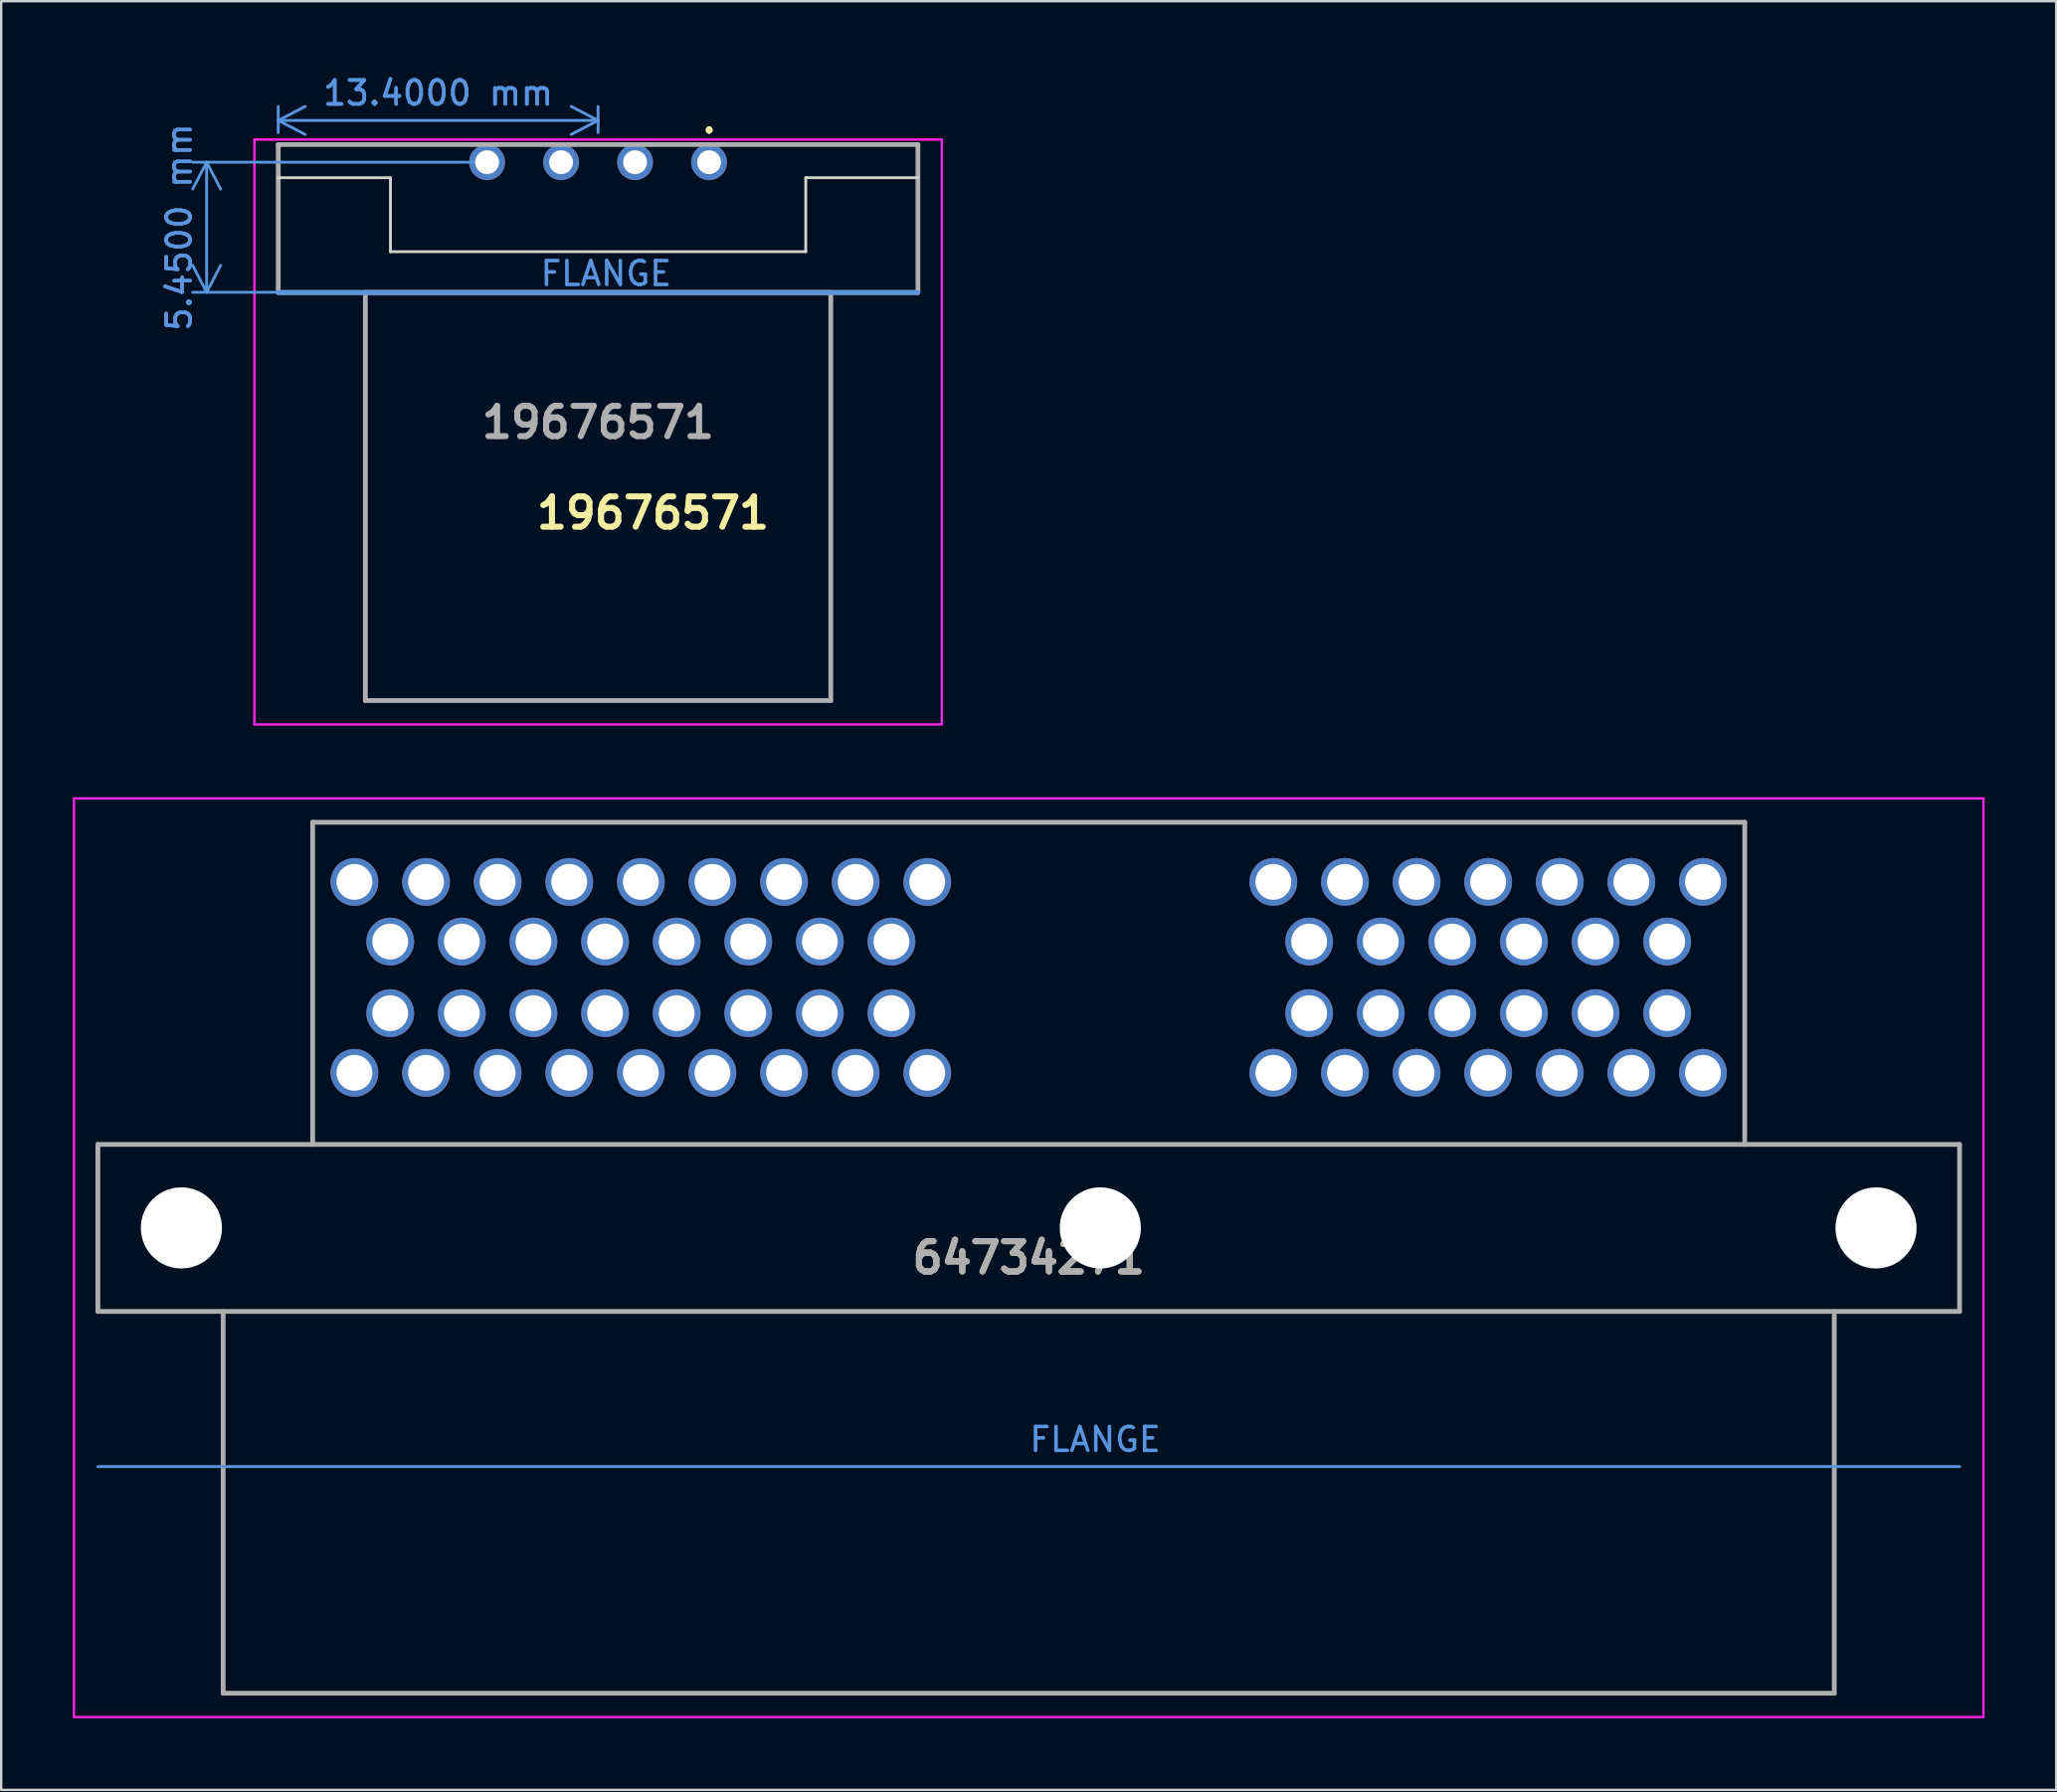
<source format=kicad_pcb>
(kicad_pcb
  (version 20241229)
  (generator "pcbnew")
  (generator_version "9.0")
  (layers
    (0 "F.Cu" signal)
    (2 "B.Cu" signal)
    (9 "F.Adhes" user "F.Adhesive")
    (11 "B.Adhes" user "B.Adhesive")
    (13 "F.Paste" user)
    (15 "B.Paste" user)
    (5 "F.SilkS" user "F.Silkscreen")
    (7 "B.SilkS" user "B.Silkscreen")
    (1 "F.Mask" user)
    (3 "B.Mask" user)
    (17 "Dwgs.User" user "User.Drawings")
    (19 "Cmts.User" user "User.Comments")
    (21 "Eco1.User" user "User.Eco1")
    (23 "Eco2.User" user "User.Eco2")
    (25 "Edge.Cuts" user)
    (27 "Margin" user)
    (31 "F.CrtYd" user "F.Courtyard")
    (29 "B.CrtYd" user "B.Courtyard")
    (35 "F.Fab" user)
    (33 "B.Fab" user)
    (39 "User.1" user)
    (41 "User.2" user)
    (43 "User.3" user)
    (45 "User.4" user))
  (footprint "64734271"
    (layer "F.Cu")
    (at 11.8 33.908)
    (property "Reference" "64734271" (at 28.25 15.75 0) (layer "F.SilkS") (effects (font (size 1.27 1.27) (thickness 0.254))))
    (attr through_hole)
    (fp_line (start -10.75 11) (end -1.75 11) (stroke (width 0.1) (type solid)) (layer "F.SilkS"))
    (fp_line (start -10.75 18) (end -10.75 11) (stroke (width 0.1) (type solid)) (layer "F.SilkS"))
    (fp_line (start -1.75 -2.5) (end 58.25 -2.5) (stroke (width 0.1) (type solid)) (layer "F.SilkS"))
    (fp_line (start -1.75 11) (end -1.75 -2.5) (stroke (width 0.1) (type solid)) (layer "F.SilkS"))
    (fp_line (start 58.25 -2.5) (end 58.25 11) (stroke (width 0.1) (type solid)) (layer "F.SilkS"))
    (fp_line (start 58.25 11) (end 67.25 11) (stroke (width 0.1) (type solid)) (layer "F.SilkS"))
    (fp_line (start 67.25 11) (end 67.25 18) (stroke (width 0.1) (type solid)) (layer "F.SilkS"))
    (fp_line (start 67.25 18) (end -10.75 18) (stroke (width 0.1) (type solid)) (layer "F.SilkS"))
    (fp_line (start 67.25 24.5) (end -10.75 24.5) (stroke (width 0.12) (type default)) (layer "Cmts.User"))
    (fp_line (start -11.75 -3.5) (end 68.25 -3.5) (stroke (width 0.1) (type solid)) (layer "F.CrtYd"))
    (fp_line (start -11.75 35) (end -11.75 -3.5) (stroke (width 0.1) (type solid)) (layer "F.CrtYd"))
    (fp_line (start 68.25 -3.5) (end 68.25 35) (stroke (width 0.1) (type solid)) (layer "F.CrtYd"))
    (fp_line (start 68.25 35) (end -11.75 35) (stroke (width 0.1) (type solid)) (layer "F.CrtYd"))
    (fp_line (start -10.75 11) (end -10.75 18) (stroke (width 0.2) (type solid)) (layer "F.Fab"))
    (fp_line (start -10.75 18) (end 67.25 18) (stroke (width 0.2) (type solid)) (layer "F.Fab"))
    (fp_line (start -5.5 18) (end -5.5 34) (stroke (width 0.2) (type solid)) (layer "F.Fab"))
    (fp_line (start -5.5 34) (end 62 34) (stroke (width 0.2) (type solid)) (layer "F.Fab"))
    (fp_line (start -1.75 -2.5) (end 58.25 -2.5) (stroke (width 0.2) (type solid)) (layer "F.Fab"))
    (fp_line (start -1.75 11) (end -10.75 11) (stroke (width 0.2) (type solid)) (layer "F.Fab"))
    (fp_line (start -1.75 11) (end -1.75 -2.5) (stroke (width 0.2) (type solid)) (layer "F.Fab"))
    (fp_line (start 58.25 -2.5) (end 58.25 11) (stroke (width 0.2) (type solid)) (layer "F.Fab"))
    (fp_line (start 58.25 11) (end -1.75 11) (stroke (width 0.2) (type solid)) (layer "F.Fab"))
    (fp_line (start 62 34) (end 62 18) (stroke (width 0.2) (type solid)) (layer "F.Fab"))
    (fp_line (start 67.25 11) (end 58.25 11) (stroke (width 0.2) (type solid)) (layer "F.Fab"))
    (fp_line (start 67.25 18) (end 67.25 11) (stroke (width 0.2) (type solid)) (layer "F.Fab"))
    (fp_text user "FLANGE" (at 28.2 23.95 0) (unlocked yes) (layer "Cmts.User") (effects (font (size 1 1) (thickness 0.15)) (justify left bottom)))
    (fp_text user "${REFERENCE}" (at 28.25 15.75 0) (layer "F.Fab") (effects (font (size 1.27 1.27) (thickness 0.254))))
    (pad "" np_thru_hole circle (at -7.25 14.5) (size 3.4 3.4) (drill 3.4) (layers "*.Cu" "*.Mask"))
    (pad "" np_thru_hole circle (at 31.25 14.5) (size 3.4 3.4) (drill 3.4) (layers "*.Cu" "*.Mask"))
    (pad "" np_thru_hole circle (at 63.75 14.5) (size 3.4 3.4) (drill 3.4) (layers "*.Cu" "*.Mask"))
    (pad "A1" thru_hole circle (at 24 8) (size 2 2) (drill 1.5) (layers "*.Cu" "*.Mask"))
    (pad "A2" thru_hole circle (at 21 8) (size 2 2) (drill 1.5) (layers "*.Cu" "*.Mask"))
    (pad "A3" thru_hole circle (at 18 8) (size 2 2) (drill 1.5) (layers "*.Cu" "*.Mask"))
    (pad "A4" thru_hole circle (at 15 8) (size 2 2) (drill 1.5) (layers "*.Cu" "*.Mask"))
    (pad "A5" thru_hole circle (at 12 8) (size 2 2) (drill 1.5) (layers "*.Cu" "*.Mask"))
    (pad "A6" thru_hole circle (at 9 8) (size 2 2) (drill 1.5) (layers "*.Cu" "*.Mask"))
    (pad "A7" thru_hole circle (at 6 8) (size 2 2) (drill 1.5) (layers "*.Cu" "*.Mask"))
    (pad "A8" thru_hole circle (at 3 8) (size 2 2) (drill 1.5) (layers "*.Cu" "*.Mask"))
    (pad "A9" thru_hole circle (at 0 8) (size 2 2) (drill 1.5) (layers "*.Cu" "*.Mask"))
    (pad "A10" thru_hole circle (at 22.5 5.5) (size 2 2) (drill 1.5) (layers "*.Cu" "*.Mask"))
    (pad "A11" thru_hole circle (at 19.5 5.5) (size 2 2) (drill 1.5) (layers "*.Cu" "*.Mask"))
    (pad "A12" thru_hole circle (at 16.5 5.5) (size 2 2) (drill 1.5) (layers "*.Cu" "*.Mask"))
    (pad "A13" thru_hole circle (at 13.5 5.5) (size 2 2) (drill 1.5) (layers "*.Cu" "*.Mask"))
    (pad "A14" thru_hole circle (at 10.5 5.5) (size 2 2) (drill 1.5) (layers "*.Cu" "*.Mask"))
    (pad "A15" thru_hole circle (at 7.5 5.5) (size 2 2) (drill 1.5) (layers "*.Cu" "*.Mask"))
    (pad "A16" thru_hole circle (at 4.5 5.5) (size 2 2) (drill 1.5) (layers "*.Cu" "*.Mask"))
    (pad "A17" thru_hole circle (at 1.5 5.5) (size 2 2) (drill 1.5) (layers "*.Cu" "*.Mask"))
    (pad "A18" thru_hole circle (at 22.5 2.5) (size 2 2) (drill 1.5) (layers "*.Cu" "*.Mask"))
    (pad "A19" thru_hole circle (at 19.5 2.5) (size 2 2) (drill 1.5) (layers "*.Cu" "*.Mask"))
    (pad "A20" thru_hole circle (at 16.5 2.5) (size 2 2) (drill 1.5) (layers "*.Cu" "*.Mask"))
    (pad "A21" thru_hole circle (at 13.5 2.5) (size 2 2) (drill 1.5) (layers "*.Cu" "*.Mask"))
    (pad "A22" thru_hole circle (at 10.5 2.5) (size 2 2) (drill 1.5) (layers "*.Cu" "*.Mask"))
    (pad "A23" thru_hole circle (at 7.5 2.5) (size 2 2) (drill 1.5) (layers "*.Cu" "*.Mask"))
    (pad "A24" thru_hole circle (at 4.5 2.5) (size 2 2) (drill 1.5) (layers "*.Cu" "*.Mask"))
    (pad "A25" thru_hole circle (at 1.5 2.5) (size 2 2) (drill 1.5) (layers "*.Cu" "*.Mask"))
    (pad "A26" thru_hole circle (at 24 0) (size 2 2) (drill 1.5) (layers "*.Cu" "*.Mask"))
    (pad "A27" thru_hole circle (at 21 0) (size 2 2) (drill 1.5) (layers "*.Cu" "*.Mask"))
    (pad "A28" thru_hole circle (at 18 0) (size 2 2) (drill 1.5) (layers "*.Cu" "*.Mask"))
    (pad "A29" thru_hole circle (at 15 0) (size 2 2) (drill 1.5) (layers "*.Cu" "*.Mask"))
    (pad "A30" thru_hole circle (at 12 0) (size 2 2) (drill 1.5) (layers "*.Cu" "*.Mask"))
    (pad "A31" thru_hole circle (at 9 0) (size 2 2) (drill 1.5) (layers "*.Cu" "*.Mask"))
    (pad "A32" thru_hole circle (at 6 0) (size 2 2) (drill 1.5) (layers "*.Cu" "*.Mask"))
    (pad "A33" thru_hole circle (at 3 0) (size 2 2) (drill 1.5) (layers "*.Cu" "*.Mask"))
    (pad "A34" thru_hole circle (at 0 0) (size 2 2) (drill 1.5) (layers "*.Cu" "*.Mask"))
    (pad "B1" thru_hole circle (at 56.5 8) (size 2 2) (drill 1.5) (layers "*.Cu" "*.Mask"))
    (pad "B2" thru_hole circle (at 53.5 8) (size 2 2) (drill 1.5) (layers "*.Cu" "*.Mask"))
    (pad "B3" thru_hole circle (at 50.5 8) (size 2 2) (drill 1.5) (layers "*.Cu" "*.Mask"))
    (pad "B4" thru_hole circle (at 47.5 8) (size 2 2) (drill 1.5) (layers "*.Cu" "*.Mask"))
    (pad "B5" thru_hole circle (at 44.5 8) (size 2 2) (drill 1.5) (layers "*.Cu" "*.Mask"))
    (pad "B6" thru_hole circle (at 41.5 8) (size 2 2) (drill 1.5) (layers "*.Cu" "*.Mask"))
    (pad "B7" thru_hole circle (at 38.5 8) (size 2 2) (drill 1.5) (layers "*.Cu" "*.Mask"))
    (pad "B8" thru_hole circle (at 55 5.5) (size 2 2) (drill 1.5) (layers "*.Cu" "*.Mask"))
    (pad "B9" thru_hole circle (at 52 5.5) (size 2 2) (drill 1.5) (layers "*.Cu" "*.Mask"))
    (pad "B10" thru_hole circle (at 49 5.5) (size 2 2) (drill 1.5) (layers "*.Cu" "*.Mask"))
    (pad "B11" thru_hole circle (at 46 5.5) (size 2 2) (drill 1.5) (layers "*.Cu" "*.Mask"))
    (pad "B12" thru_hole circle (at 43 5.5) (size 2 2) (drill 1.5) (layers "*.Cu" "*.Mask"))
    (pad "B13" thru_hole circle (at 40 5.5) (size 2 2) (drill 1.5) (layers "*.Cu" "*.Mask"))
    (pad "B14" thru_hole circle (at 55 2.5) (size 2 2) (drill 1.5) (layers "*.Cu" "*.Mask"))
    (pad "B15" thru_hole circle (at 52 2.5) (size 2 2) (drill 1.5) (layers "*.Cu" "*.Mask"))
    (pad "B16" thru_hole circle (at 49 2.5) (size 2 2) (drill 1.5) (layers "*.Cu" "*.Mask"))
    (pad "B17" thru_hole circle (at 46 2.5) (size 2 2) (drill 1.5) (layers "*.Cu" "*.Mask"))
    (pad "B18" thru_hole circle (at 43 2.5) (size 2 2) (drill 1.5) (layers "*.Cu" "*.Mask"))
    (pad "B19" thru_hole circle (at 40 2.5) (size 2 2) (drill 1.5) (layers "*.Cu" "*.Mask"))
    (pad "B20" thru_hole circle (at 56.5 0) (size 2 2) (drill 1.5) (layers "*.Cu" "*.Mask"))
    (pad "B21" thru_hole circle (at 53.5 0) (size 2 2) (drill 1.5) (layers "*.Cu" "*.Mask"))
    (pad "B22" thru_hole circle (at 50.5 0) (size 2 2) (drill 1.5) (layers "*.Cu" "*.Mask"))
    (pad "B23" thru_hole circle (at 47.5 0) (size 2 2) (drill 1.5) (layers "*.Cu" "*.Mask"))
    (pad "B24" thru_hole circle (at 44.5 0) (size 2 2) (drill 1.5) (layers "*.Cu" "*.Mask"))
    (pad "B25" thru_hole circle (at 41.5 0) (size 2 2) (drill 1.5) (layers "*.Cu" "*.Mask"))
    (pad "B26" thru_hole circle (at 38.5 0) (size 2 2) (drill 1.5) (layers "*.Cu" "*.Mask")))
  (footprint "19676571"
    (layer "F.Cu")
    (at 8.608 4.398)
    (property "Reference" "19676571" (at 15.7 14.05 0) (layer "F.SilkS") (effects (font (size 1.27 1.27) (thickness 0.254))))
    (attr through_hole)
    (private_layers "User.2")
    (fp_line (start 0 -1.39) (end 0 -1.39) (stroke (width 0.1) (type solid)) (layer "F.SilkS"))
    (fp_line (start 0 -1.39) (end 0 -1.39) (stroke (width 0.1) (type solid)) (layer "F.SilkS"))
    (fp_line (start 0 -1.39) (end 7.65 -1.39) (stroke (width 0.1) (type solid)) (layer "F.SilkS"))
    (fp_line (start 0 -0.1) (end 0 -1.39) (stroke (width 0.1) (type solid)) (layer "F.SilkS"))
    (fp_line (start 7.65 -1.39) (end 0 -1.39) (stroke (width 0.1) (type solid)) (layer "F.SilkS"))
    (fp_line (start 7.65 -1.39) (end 7.65 -1.39) (stroke (width 0.1) (type solid)) (layer "F.SilkS"))
    (fp_line (start 18.05 -2.05) (end 18.05 -2.05) (stroke (width 0.2) (type solid)) (layer "F.SilkS"))
    (fp_line (start 18.05 -1.95) (end 18.05 -1.95) (stroke (width 0.2) (type solid)) (layer "F.SilkS"))
    (fp_line (start 18.05 -1.95) (end 18.05 -1.95) (stroke (width 0.2) (type solid)) (layer "F.SilkS"))
    (fp_line (start 19.15 -1.39) (end 19.15 -1.39) (stroke (width 0.1) (type solid)) (layer "F.SilkS"))
    (fp_line (start 19.15 -1.39) (end 26.8 -1.39) (stroke (width 0.1) (type solid)) (layer "F.SilkS"))
    (fp_line (start 26.8 -1.39) (end 19.15 -1.39) (stroke (width 0.1) (type solid)) (layer "F.SilkS"))
    (fp_line (start 26.8 -1.39) (end 26.8 -1.39) (stroke (width 0.1) (type solid)) (layer "F.SilkS"))
    (fp_line (start 26.8 -1.39) (end 26.8 -1.39) (stroke (width 0.1) (type solid)) (layer "F.SilkS"))
    (fp_line (start 26.8 0) (end 26.8 -1.39) (stroke (width 0.1) (type solid)) (layer "F.SilkS"))
    (fp_arc (start 18.05 -2.05) (mid 18.1 -2) (end 18.05 -1.95) (stroke (width 0.2) (type solid)) (layer "F.SilkS"))
    (fp_arc (start 18.05 -2.05) (mid 18.1 -2) (end 18.05 -1.95) (stroke (width 0.2) (type solid)) (layer "F.SilkS"))
    (fp_arc (start 18.05 -1.95) (mid 18 -2) (end 18.05 -2.05) (stroke (width 0.2) (type solid)) (layer "F.SilkS"))
    (fp_line (start 26.8 4.81) (end 0 4.81) (stroke (width 0.2) (type solid)) (layer "Cmts.User"))
    (fp_line (start 4.7 0) (end 0 0) (stroke (width 0.12) (type default)) (layer "Edge.Cuts"))
    (fp_line (start 4.7 3.1) (end 4.7 0) (stroke (width 0.12) (type default)) (layer "Edge.Cuts"))
    (fp_line (start 22.1 0) (end 22.1 3.1) (stroke (width 0.12) (type default)) (layer "Edge.Cuts"))
    (fp_line (start 22.1 3.1) (end 4.7 3.1) (stroke (width 0.12) (type default)) (layer "Edge.Cuts"))
    (fp_line (start 26.8 0) (end 22.1 0) (stroke (width 0.12) (type default)) (layer "Edge.Cuts"))
    (fp_line (start -1 -1.6) (end -1 22.91) (stroke (width 0.1) (type solid)) (layer "F.CrtYd"))
    (fp_line (start -1 22.91) (end 27.8 22.91) (stroke (width 0.1) (type solid)) (layer "F.CrtYd"))
    (fp_line (start 27.8 -1.6) (end -1 -1.6) (stroke (width 0.1) (type solid)) (layer "F.CrtYd"))
    (fp_line (start 27.8 22.91) (end 27.8 -1.6) (stroke (width 0.1) (type solid)) (layer "F.CrtYd"))
    (fp_line (start 0 -1.39) (end 26.8 -1.39) (stroke (width 0.2) (type solid)) (layer "F.Fab"))
    (fp_line (start 0 4.81) (end 0 -1.39) (stroke (width 0.2) (type solid)) (layer "F.Fab"))
    (fp_line (start 3.65 4.81) (end 3.65 21.91) (stroke (width 0.2) (type solid)) (layer "F.Fab"))
    (fp_line (start 3.65 21.91) (end 23.15 21.91) (stroke (width 0.2) (type solid)) (layer "F.Fab"))
    (fp_line (start 23.15 4.81) (end 3.65 4.81) (stroke (width 0.2) (type solid)) (layer "F.Fab"))
    (fp_line (start 23.15 21.91) (end 23.15 4.81) (stroke (width 0.2) (type solid)) (layer "F.Fab"))
    (fp_line (start 26.8 -1.39) (end 26.8 4.81) (stroke (width 0.2) (type solid)) (layer "F.Fab"))
    (fp_line (start 26.8 4.81) (end 0 4.81) (stroke (width 0.2) (type solid)) (layer "F.Fab"))
    (fp_text user "FLANGE" (at 10.9 4.6 0) (unlocked yes) (layer "Cmts.User") (effects (font (size 1 1) (thickness 0.15)) (justify left bottom)))
    (fp_text user "${REFERENCE}" (at 13.4 10.255 0) (layer "F.Fab") (effects (font (size 1.27 1.27) (thickness 0.254))))
    (fp_text user "https://www.te.com/commerce/DocumentDelivery/DDEController?Action=showdoc&DocId=Customer+Drawing%7F967657%7FC7%7Fpdf%7FEnglish%7FENG_CD_967657_C7.pdf%7F1-967657-1" (at -56.388 37.084 0) (unlocked yes) (layer "User.2") (effects (font (size 1 1) (thickness 0.15)) (justify left bottom)))
    (dimension (type aligned) (layer "Cmts.User") (pts (xy 22.008 3.008) (xy 8.608 3.008)) (height 1.01) (format (prefix "") (suffix "") (units 3) (units_format 1) (precision 4)) (style (thickness 0.12) (arrow_length 1.27) (text_position_mode 0) (arrow_direction outward) (extension_height 0.586) (extension_offset 0.5) (keep_text_aligned yes)) (gr_text "13.4000 mm" (at 15.308 0.848 0) (layer "Cmts.User") (effects (font (size 1 1) (thickness 0.15)))))
    (dimension (type aligned) (layer "Cmts.User") (pts (xy 17.358 3.748) (xy 17.358 9.198)) (height 11.75) (format (prefix "") (suffix "") (units 3) (units_format 1) (precision 4)) (style (thickness 0.12) (arrow_length 1.27) (text_position_mode 0) (arrow_direction outward) (extension_height 0.586) (extension_offset 0.5) (keep_text_aligned yes)) (gr_text "5.4500 mm" (at 4.458 6.473 90) (layer "Cmts.User") (effects (font (size 1 1) (thickness 0.15)))))
    (dimension (type aligned) (layer "User.2") (pts (xy 8.608 4.398) (xy 35.408 4.398)) (height -3.8) (format (prefix "") (suffix "") (units 3) (units_format 1) (precision 4)) (style (thickness 0.12) (arrow_length 1.27) (text_position_mode 0) (arrow_direction outward) (extension_height 0.586) (extension_offset 0.5) (keep_text_aligned yes)) (gr_text "26.8000 mm" (at 22.008 -0.552 0) (layer "User.2") (effects (font (size 1 1) (thickness 0.15)))))
    (pad "1" thru_hole circle (at 18.05 -0.65) (size 1.5 1.5) (drill 1) (layers "*.Cu" "*.Mask"))
    (pad "2" thru_hole circle (at 14.95 -0.65) (size 1.5 1.5) (drill 1) (layers "*.Cu" "*.Mask"))
    (pad "3" thru_hole circle (at 11.85 -0.65) (size 1.5 1.5) (drill 1) (layers "*.Cu" "*.Mask"))
    (pad "4" thru_hole circle (at 8.75 -0.65) (size 1.5 1.5) (drill 1) (layers "*.Cu" "*.Mask")))
  (gr_rect
    (start -3 -3)
    (end 83.1 71.958)
    (stroke (width 0.1) (type default))
    (fill no)
    (layer "Edge.Cuts")))
</source>
